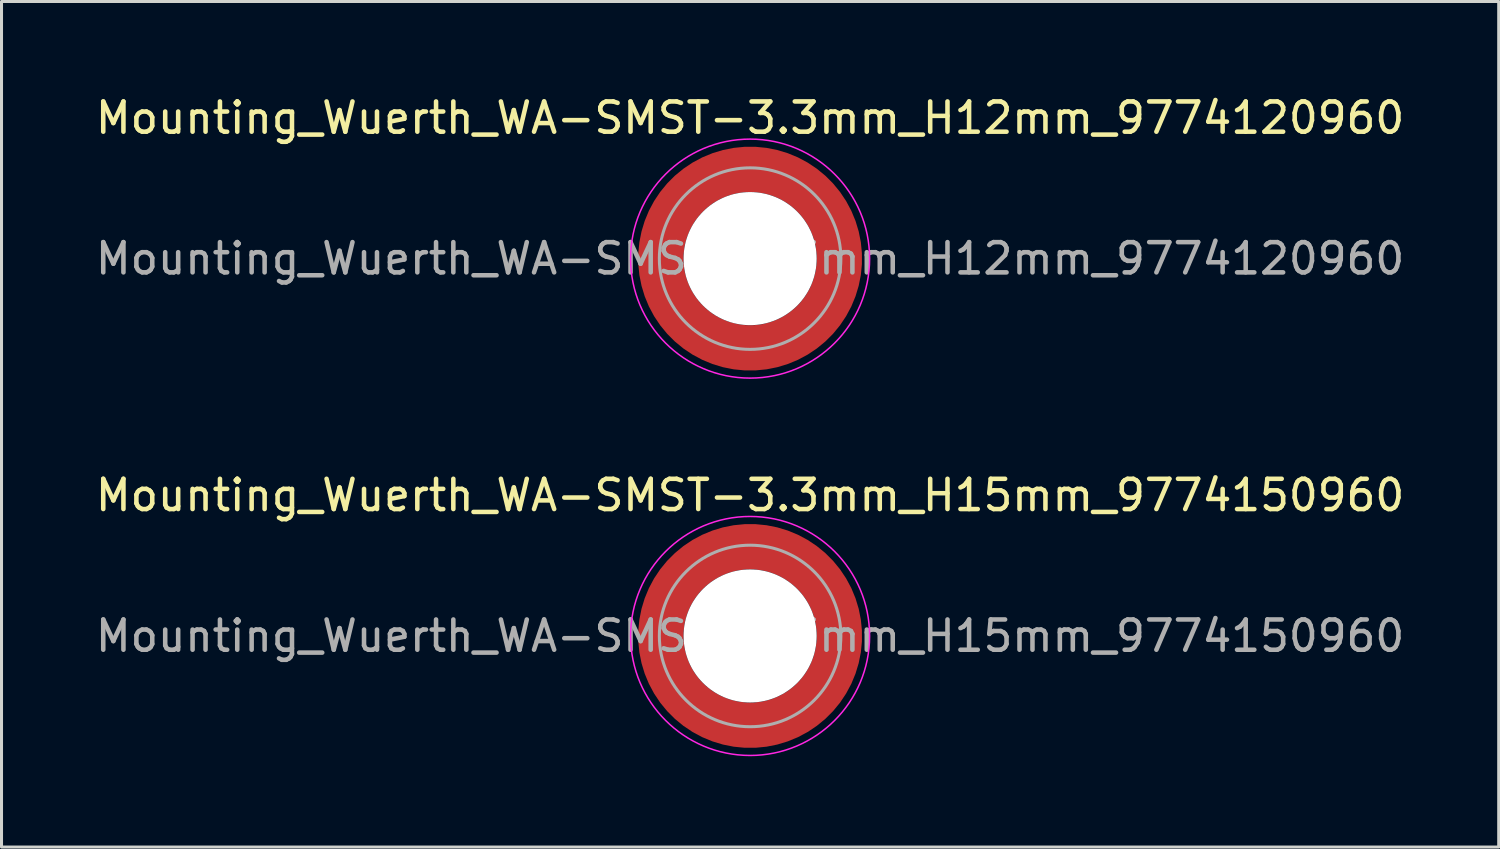
<source format=kicad_pcb>
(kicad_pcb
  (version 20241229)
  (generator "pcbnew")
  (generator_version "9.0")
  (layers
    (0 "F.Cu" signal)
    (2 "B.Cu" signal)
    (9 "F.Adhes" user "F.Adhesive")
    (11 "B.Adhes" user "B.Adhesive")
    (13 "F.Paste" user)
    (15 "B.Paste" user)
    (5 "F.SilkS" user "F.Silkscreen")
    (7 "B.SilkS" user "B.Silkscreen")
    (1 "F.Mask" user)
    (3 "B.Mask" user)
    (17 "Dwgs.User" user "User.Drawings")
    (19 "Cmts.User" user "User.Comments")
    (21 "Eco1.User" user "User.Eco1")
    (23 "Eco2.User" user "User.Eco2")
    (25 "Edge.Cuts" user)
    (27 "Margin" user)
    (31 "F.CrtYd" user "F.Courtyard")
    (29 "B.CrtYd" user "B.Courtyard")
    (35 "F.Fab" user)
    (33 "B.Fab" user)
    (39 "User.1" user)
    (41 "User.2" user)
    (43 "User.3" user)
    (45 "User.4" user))
  (footprint "Mounting_Wuerth_WA-SMST-3.3mm_H15mm_9774150960"
    (layer "F.Cu")
    (at 21.744 17.971)
    (property "Reference" "Mounting_Wuerth_WA-SMST-3.3mm_H15mm_9774150960" (at 0 -4.65 0) (layer "F.SilkS") (effects (font (size 1 1) (thickness 0.15))))
    (attr smd)
    (fp_circle (center 0 0) (end 3.95 0) (stroke (width 0.05) (type solid)) (fill no) (layer "F.CrtYd"))
    (fp_circle (center 0 0) (end 3 0) (stroke (width 0.1) (type solid)) (fill no) (layer "F.Fab"))
    (fp_text user "${REFERENCE}" (at 0 0 0) (layer "F.Fab") (effects (font (size 1 1) (thickness 0.15))))
    (pad "" smd custom (at -2.058 -2.058) (size 0.7 0.7) (layers "F.Paste") (options (anchor circle)) (primitives (gr_arc (start -0.377294 1.707681) (mid 0.317579 0.318817) (end 1.705947 -0.377044) (width 0.2)) (gr_arc (start -0.478281 1.707681) (mid 0.246161 0.248814) (end 1.703965 -0.477765) (width 0.2)) (gr_arc (start -0.579192 1.707681) (mid 0.175492 0.178063) (end 1.704077 -0.578711) (width 0.2)) (gr_arc (start -0.680037 1.707681) (mid 0.105568 0.106564) (end 1.706284 -0.679858) (width 0.2)) (gr_arc (start -0.780822 1.707681) (mid 0.034627 0.036085) (end 1.705634 -0.780569) (width 0.2)) (gr_arc (start -0.881554 1.707681) (mid -0.035694 -0.035016) (end 1.706729 -0.881441) (width 0.2)) (gr_arc (start -0.982237 1.707681) (mid -0.107281 -0.10485) (end 1.704266 -0.981842) (width 0.2)) (gr_arc (start -1.082877 1.707681) (mid -0.178372 -0.175181) (end 1.703197 -1.082374) (width 0.2)) (gr_arc (start -1.183476 1.707681) (mid -0.248964 -0.246008) (end 1.703525 -1.183025) (width 0.2)) (gr_arc (start -1.28404 1.707681) (mid -0.319062 -0.317333) (end 1.70525 -1.283784) (width 0.2)) (gr_line (start 1.708 -0.377) (end 1.708 -1.284) (width 0.2)) (gr_line (start -0.377 1.708) (end -1.284 1.708) (width 0.2))))
    (pad "" smd custom (at -2.058 2.058) (size 0.7 0.7) (layers "F.Paste") (options (anchor circle)) (primitives (gr_arc (start 1.707681 0.377294) (mid 0.318817 -0.317579) (end -0.377044 -1.705947) (width 0.2)) (gr_arc (start 1.707681 0.478281) (mid 0.248814 -0.246161) (end -0.477765 -1.703965) (width 0.2)) (gr_arc (start 1.707681 0.579192) (mid 0.178063 -0.175492) (end -0.578711 -1.704077) (width 0.2)) (gr_arc (start 1.707681 0.680037) (mid 0.106564 -0.105568) (end -0.679858 -1.706284) (width 0.2)) (gr_arc (start 1.707681 0.780822) (mid 0.036085 -0.034627) (end -0.780569 -1.705634) (width 0.2)) (gr_arc (start 1.707681 0.881554) (mid -0.035016 0.035694) (end -0.881441 -1.706729) (width 0.2)) (gr_arc (start 1.707681 0.982237) (mid -0.10485 0.107281) (end -0.981842 -1.704266) (width 0.2)) (gr_arc (start 1.707681 1.082877) (mid -0.175181 0.178372) (end -1.082374 -1.703197) (width 0.2)) (gr_arc (start 1.707681 1.183476) (mid -0.246008 0.248964) (end -1.183025 -1.703525) (width 0.2)) (gr_arc (start 1.707681 1.28404) (mid -0.317333 0.319062) (end -1.283784 -1.70525) (width 0.2)) (gr_line (start -0.377 -1.708) (end -1.284 -1.708) (width 0.2)) (gr_line (start 1.708 0.377) (end 1.708 1.284) (width 0.2))))
    (pad "" np_thru_hole circle (at 0 0) (size 4.4 4.4) (drill 4.4) (layers "*.Cu" "*.Mask"))
    (pad "" smd custom (at 2.058 -2.058) (size 0.7 0.7) (layers "F.Paste") (options (anchor circle)) (primitives (gr_arc (start -1.707681 -0.377294) (mid -0.318817 0.317579) (end 0.377044 1.705947) (width 0.2)) (gr_arc (start -1.707681 -0.478281) (mid -0.248814 0.246161) (end 0.477765 1.703965) (width 0.2)) (gr_arc (start -1.707681 -0.579192) (mid -0.178063 0.175492) (end 0.578711 1.704077) (width 0.2)) (gr_arc (start -1.707681 -0.680037) (mid -0.106564 0.105568) (end 0.679858 1.706284) (width 0.2)) (gr_arc (start -1.707681 -0.780822) (mid -0.036085 0.034627) (end 0.780569 1.705634) (width 0.2)) (gr_arc (start -1.707681 -0.881554) (mid 0.035016 -0.035694) (end 0.881441 1.706729) (width 0.2)) (gr_arc (start -1.707681 -0.982237) (mid 0.10485 -0.107281) (end 0.981842 1.704266) (width 0.2)) (gr_arc (start -1.707681 -1.082877) (mid 0.175181 -0.178372) (end 1.082374 1.703197) (width 0.2)) (gr_arc (start -1.707681 -1.183476) (mid 0.246008 -0.248964) (end 1.183025 1.703525) (width 0.2)) (gr_arc (start -1.707681 -1.28404) (mid 0.317333 -0.319062) (end 1.283784 1.70525) (width 0.2)) (gr_line (start 0.377 1.708) (end 1.284 1.708) (width 0.2)) (gr_line (start -1.708 -0.377) (end -1.708 -1.284) (width 0.2))))
    (pad "" smd custom (at 2.058 2.058) (size 0.7 0.7) (layers "F.Paste") (options (anchor circle)) (primitives (gr_arc (start 0.377294 -1.707681) (mid -0.317579 -0.318817) (end -1.705947 0.377044) (width 0.2)) (gr_arc (start 0.478281 -1.707681) (mid -0.246161 -0.248814) (end -1.703965 0.477765) (width 0.2)) (gr_arc (start 0.579192 -1.707681) (mid -0.175492 -0.178063) (end -1.704077 0.578711) (width 0.2)) (gr_arc (start 0.680037 -1.707681) (mid -0.105568 -0.106564) (end -1.706284 0.679858) (width 0.2)) (gr_arc (start 0.780822 -1.707681) (mid -0.034627 -0.036085) (end -1.705634 0.780569) (width 0.2)) (gr_arc (start 0.881554 -1.707681) (mid 0.035694 0.035016) (end -1.706729 0.881441) (width 0.2)) (gr_arc (start 0.982237 -1.707681) (mid 0.107281 0.10485) (end -1.704266 0.981842) (width 0.2)) (gr_arc (start 1.082877 -1.707681) (mid 0.178372 0.175181) (end -1.703197 1.082374) (width 0.2)) (gr_arc (start 1.183476 -1.707681) (mid 0.248964 0.246008) (end -1.703525 1.183025) (width 0.2)) (gr_arc (start 1.28404 -1.707681) (mid 0.319062 0.317333) (end -1.70525 1.283784) (width 0.2)) (gr_line (start -1.708 0.377) (end -1.708 1.284) (width 0.2)) (gr_line (start 0.377 -1.708) (end 1.284 -1.708) (width 0.2))))
    (pad "1" smd circle (at -2.95 0) (size 1.1 1.1) (layers "F.Cu"))
    (pad "1" smd circle (at 0 -2.95) (size 1.1 1.1) (layers "F.Cu"))
    (pad "1" smd circle (at 0 2.95) (size 1.1 1.1) (layers "F.Cu"))
    (pad "1" smd custom (at 2.95 0) (size 1.1 1.1) (layers "F.Cu" "F.Mask") (options (anchor circle)) (primitives (gr_circle (center -2.95 0) (end 0 0) (width 1.5) (fill no)))))
  (footprint "Mounting_Wuerth_WA-SMST-3.3mm_H12mm_9774120960"
    (layer "F.Cu")
    (at 21.744 5.498)
    (property "Reference" "Mounting_Wuerth_WA-SMST-3.3mm_H12mm_9774120960" (at 0 -4.65 0) (layer "F.SilkS") (effects (font (size 1 1) (thickness 0.15))))
    (attr smd)
    (fp_circle (center 0 0) (end 3.95 0) (stroke (width 0.05) (type solid)) (fill no) (layer "F.CrtYd"))
    (fp_circle (center 0 0) (end 3 0) (stroke (width 0.1) (type solid)) (fill no) (layer "F.Fab"))
    (fp_text user "${REFERENCE}" (at 0 0 0) (layer "F.Fab") (effects (font (size 1 1) (thickness 0.15))))
    (pad "" smd custom (at -2.058 -2.058) (size 0.7 0.7) (layers "F.Paste") (options (anchor circle)) (primitives (gr_arc (start -0.377294 1.707681) (mid 0.317579 0.318817) (end 1.705947 -0.377044) (width 0.2)) (gr_arc (start -0.478281 1.707681) (mid 0.246161 0.248814) (end 1.703965 -0.477765) (width 0.2)) (gr_arc (start -0.579192 1.707681) (mid 0.175492 0.178063) (end 1.704077 -0.578711) (width 0.2)) (gr_arc (start -0.680037 1.707681) (mid 0.105568 0.106564) (end 1.706284 -0.679858) (width 0.2)) (gr_arc (start -0.780822 1.707681) (mid 0.034627 0.036085) (end 1.705634 -0.780569) (width 0.2)) (gr_arc (start -0.881554 1.707681) (mid -0.035694 -0.035016) (end 1.706729 -0.881441) (width 0.2)) (gr_arc (start -0.982237 1.707681) (mid -0.107281 -0.10485) (end 1.704266 -0.981842) (width 0.2)) (gr_arc (start -1.082877 1.707681) (mid -0.178372 -0.175181) (end 1.703197 -1.082374) (width 0.2)) (gr_arc (start -1.183476 1.707681) (mid -0.248964 -0.246008) (end 1.703525 -1.183025) (width 0.2)) (gr_arc (start -1.28404 1.707681) (mid -0.319062 -0.317333) (end 1.70525 -1.283784) (width 0.2)) (gr_line (start 1.708 -0.377) (end 1.708 -1.284) (width 0.2)) (gr_line (start -0.377 1.708) (end -1.284 1.708) (width 0.2))))
    (pad "" smd custom (at -2.058 2.058) (size 0.7 0.7) (layers "F.Paste") (options (anchor circle)) (primitives (gr_arc (start 1.707681 0.377294) (mid 0.318817 -0.317579) (end -0.377044 -1.705947) (width 0.2)) (gr_arc (start 1.707681 0.478281) (mid 0.248814 -0.246161) (end -0.477765 -1.703965) (width 0.2)) (gr_arc (start 1.707681 0.579192) (mid 0.178063 -0.175492) (end -0.578711 -1.704077) (width 0.2)) (gr_arc (start 1.707681 0.680037) (mid 0.106564 -0.105568) (end -0.679858 -1.706284) (width 0.2)) (gr_arc (start 1.707681 0.780822) (mid 0.036085 -0.034627) (end -0.780569 -1.705634) (width 0.2)) (gr_arc (start 1.707681 0.881554) (mid -0.035016 0.035694) (end -0.881441 -1.706729) (width 0.2)) (gr_arc (start 1.707681 0.982237) (mid -0.10485 0.107281) (end -0.981842 -1.704266) (width 0.2)) (gr_arc (start 1.707681 1.082877) (mid -0.175181 0.178372) (end -1.082374 -1.703197) (width 0.2)) (gr_arc (start 1.707681 1.183476) (mid -0.246008 0.248964) (end -1.183025 -1.703525) (width 0.2)) (gr_arc (start 1.707681 1.28404) (mid -0.317333 0.319062) (end -1.283784 -1.70525) (width 0.2)) (gr_line (start -0.377 -1.708) (end -1.284 -1.708) (width 0.2)) (gr_line (start 1.708 0.377) (end 1.708 1.284) (width 0.2))))
    (pad "" np_thru_hole circle (at 0 0) (size 4.4 4.4) (drill 4.4) (layers "*.Cu" "*.Mask"))
    (pad "" smd custom (at 2.058 -2.058) (size 0.7 0.7) (layers "F.Paste") (options (anchor circle)) (primitives (gr_arc (start -1.707681 -0.377294) (mid -0.318817 0.317579) (end 0.377044 1.705947) (width 0.2)) (gr_arc (start -1.707681 -0.478281) (mid -0.248814 0.246161) (end 0.477765 1.703965) (width 0.2)) (gr_arc (start -1.707681 -0.579192) (mid -0.178063 0.175492) (end 0.578711 1.704077) (width 0.2)) (gr_arc (start -1.707681 -0.680037) (mid -0.106564 0.105568) (end 0.679858 1.706284) (width 0.2)) (gr_arc (start -1.707681 -0.780822) (mid -0.036085 0.034627) (end 0.780569 1.705634) (width 0.2)) (gr_arc (start -1.707681 -0.881554) (mid 0.035016 -0.035694) (end 0.881441 1.706729) (width 0.2)) (gr_arc (start -1.707681 -0.982237) (mid 0.10485 -0.107281) (end 0.981842 1.704266) (width 0.2)) (gr_arc (start -1.707681 -1.082877) (mid 0.175181 -0.178372) (end 1.082374 1.703197) (width 0.2)) (gr_arc (start -1.707681 -1.183476) (mid 0.246008 -0.248964) (end 1.183025 1.703525) (width 0.2)) (gr_arc (start -1.707681 -1.28404) (mid 0.317333 -0.319062) (end 1.283784 1.70525) (width 0.2)) (gr_line (start 0.377 1.708) (end 1.284 1.708) (width 0.2)) (gr_line (start -1.708 -0.377) (end -1.708 -1.284) (width 0.2))))
    (pad "" smd custom (at 2.058 2.058) (size 0.7 0.7) (layers "F.Paste") (options (anchor circle)) (primitives (gr_arc (start 0.377294 -1.707681) (mid -0.317579 -0.318817) (end -1.705947 0.377044) (width 0.2)) (gr_arc (start 0.478281 -1.707681) (mid -0.246161 -0.248814) (end -1.703965 0.477765) (width 0.2)) (gr_arc (start 0.579192 -1.707681) (mid -0.175492 -0.178063) (end -1.704077 0.578711) (width 0.2)) (gr_arc (start 0.680037 -1.707681) (mid -0.105568 -0.106564) (end -1.706284 0.679858) (width 0.2)) (gr_arc (start 0.780822 -1.707681) (mid -0.034627 -0.036085) (end -1.705634 0.780569) (width 0.2)) (gr_arc (start 0.881554 -1.707681) (mid 0.035694 0.035016) (end -1.706729 0.881441) (width 0.2)) (gr_arc (start 0.982237 -1.707681) (mid 0.107281 0.10485) (end -1.704266 0.981842) (width 0.2)) (gr_arc (start 1.082877 -1.707681) (mid 0.178372 0.175181) (end -1.703197 1.082374) (width 0.2)) (gr_arc (start 1.183476 -1.707681) (mid 0.248964 0.246008) (end -1.703525 1.183025) (width 0.2)) (gr_arc (start 1.28404 -1.707681) (mid 0.319062 0.317333) (end -1.70525 1.283784) (width 0.2)) (gr_line (start -1.708 0.377) (end -1.708 1.284) (width 0.2)) (gr_line (start 0.377 -1.708) (end 1.284 -1.708) (width 0.2))))
    (pad "1" smd circle (at -2.95 0) (size 1.1 1.1) (layers "F.Cu"))
    (pad "1" smd circle (at 0 -2.95) (size 1.1 1.1) (layers "F.Cu"))
    (pad "1" smd circle (at 0 2.95) (size 1.1 1.1) (layers "F.Cu"))
    (pad "1" smd custom (at 2.95 0) (size 1.1 1.1) (layers "F.Cu" "F.Mask") (options (anchor circle)) (primitives (gr_circle (center -2.95 0) (end 0 0) (width 1.5) (fill no)))))
  (gr_rect
    (start -3 -3)
    (end 46.488 24.947)
    (stroke (width 0.1) (type default))
    (fill no)
    (layer "Edge.Cuts")))
</source>
